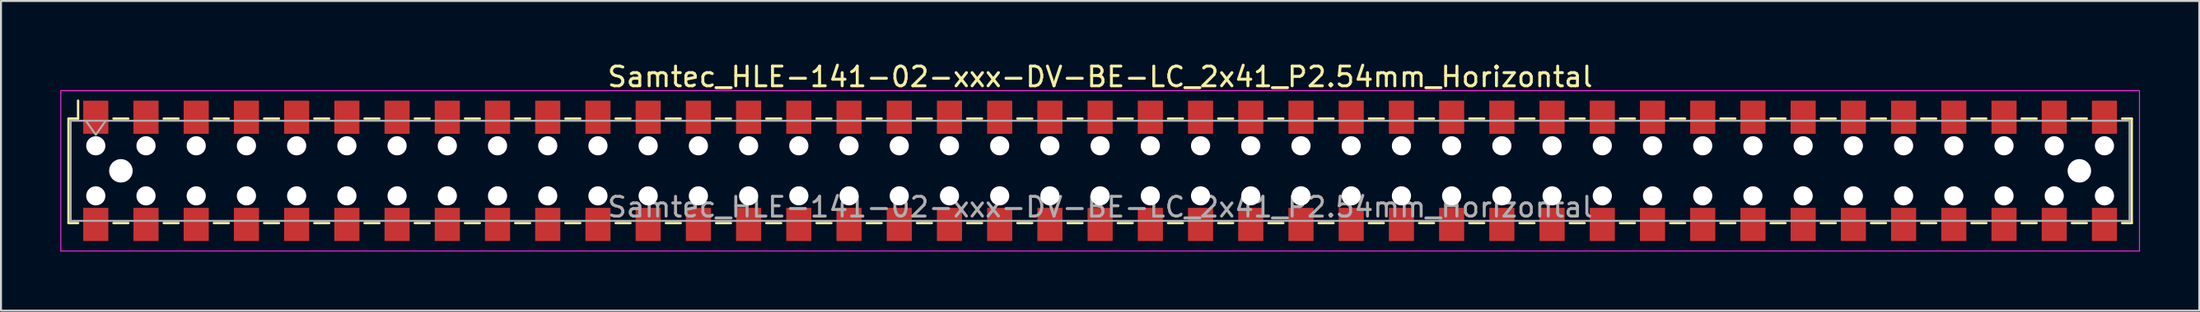
<source format=kicad_pcb>
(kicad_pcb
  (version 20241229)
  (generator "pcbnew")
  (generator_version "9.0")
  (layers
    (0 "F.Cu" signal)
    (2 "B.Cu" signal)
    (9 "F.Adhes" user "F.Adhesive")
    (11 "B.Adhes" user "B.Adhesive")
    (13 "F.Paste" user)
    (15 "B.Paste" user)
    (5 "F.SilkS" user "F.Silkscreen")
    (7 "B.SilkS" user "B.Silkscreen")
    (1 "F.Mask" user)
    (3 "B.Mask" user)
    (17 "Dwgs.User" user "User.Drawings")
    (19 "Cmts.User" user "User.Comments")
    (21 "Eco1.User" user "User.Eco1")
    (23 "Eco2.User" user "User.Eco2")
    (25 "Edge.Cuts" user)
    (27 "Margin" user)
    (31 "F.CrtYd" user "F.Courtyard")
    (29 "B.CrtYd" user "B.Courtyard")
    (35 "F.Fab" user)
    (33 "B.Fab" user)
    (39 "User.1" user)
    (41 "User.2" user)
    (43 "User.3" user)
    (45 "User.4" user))
  (footprint "Samtec_HLE-141-02-xxx-DV-BE-LC_2x41_P2.54mm_Horizontal"
    (layer "F.Cu")
    (at 52.595 5.618)
    (property "Reference" "Samtec_HLE-141-02-xxx-DV-BE-LC_2x41_P2.54mm_Horizontal" (at 0 -4.77 0) (layer "F.SilkS") (effects (font (size 1 1) (thickness 0.15))))
    (attr smd)
    (fp_line (start -52.18 -2.65) (end -52.18 2.65) (stroke (width 0.12) (type solid)) (layer "F.SilkS"))
    (fp_line (start -52.18 2.65) (end -51.695 2.65) (stroke (width 0.12) (type solid)) (layer "F.SilkS"))
    (fp_line (start -51.695 -3.56) (end -51.695 -2.65) (stroke (width 0.12) (type solid)) (layer "F.SilkS"))
    (fp_line (start -51.695 -2.65) (end -52.18 -2.65) (stroke (width 0.12) (type solid)) (layer "F.SilkS"))
    (fp_line (start -49.905 -2.65) (end -49.155 -2.65) (stroke (width 0.12) (type solid)) (layer "F.SilkS"))
    (fp_line (start -49.905 2.65) (end -49.155 2.65) (stroke (width 0.12) (type solid)) (layer "F.SilkS"))
    (fp_line (start -47.365 -2.65) (end -46.615 -2.65) (stroke (width 0.12) (type solid)) (layer "F.SilkS"))
    (fp_line (start -47.365 2.65) (end -46.615 2.65) (stroke (width 0.12) (type solid)) (layer "F.SilkS"))
    (fp_line (start -44.825 -2.65) (end -44.075 -2.65) (stroke (width 0.12) (type solid)) (layer "F.SilkS"))
    (fp_line (start -44.825 2.65) (end -44.075 2.65) (stroke (width 0.12) (type solid)) (layer "F.SilkS"))
    (fp_line (start -42.285 -2.65) (end -41.535 -2.65) (stroke (width 0.12) (type solid)) (layer "F.SilkS"))
    (fp_line (start -42.285 2.65) (end -41.535 2.65) (stroke (width 0.12) (type solid)) (layer "F.SilkS"))
    (fp_line (start -39.745 -2.65) (end -38.995 -2.65) (stroke (width 0.12) (type solid)) (layer "F.SilkS"))
    (fp_line (start -39.745 2.65) (end -38.995 2.65) (stroke (width 0.12) (type solid)) (layer "F.SilkS"))
    (fp_line (start -37.205 -2.65) (end -36.455 -2.65) (stroke (width 0.12) (type solid)) (layer "F.SilkS"))
    (fp_line (start -37.205 2.65) (end -36.455 2.65) (stroke (width 0.12) (type solid)) (layer "F.SilkS"))
    (fp_line (start -34.665 -2.65) (end -33.915 -2.65) (stroke (width 0.12) (type solid)) (layer "F.SilkS"))
    (fp_line (start -34.665 2.65) (end -33.915 2.65) (stroke (width 0.12) (type solid)) (layer "F.SilkS"))
    (fp_line (start -32.125 -2.65) (end -31.375 -2.65) (stroke (width 0.12) (type solid)) (layer "F.SilkS"))
    (fp_line (start -32.125 2.65) (end -31.375 2.65) (stroke (width 0.12) (type solid)) (layer "F.SilkS"))
    (fp_line (start -29.585 -2.65) (end -28.835 -2.65) (stroke (width 0.12) (type solid)) (layer "F.SilkS"))
    (fp_line (start -29.585 2.65) (end -28.835 2.65) (stroke (width 0.12) (type solid)) (layer "F.SilkS"))
    (fp_line (start -27.045 -2.65) (end -26.295 -2.65) (stroke (width 0.12) (type solid)) (layer "F.SilkS"))
    (fp_line (start -27.045 2.65) (end -26.295 2.65) (stroke (width 0.12) (type solid)) (layer "F.SilkS"))
    (fp_line (start -24.505 -2.65) (end -23.755 -2.65) (stroke (width 0.12) (type solid)) (layer "F.SilkS"))
    (fp_line (start -24.505 2.65) (end -23.755 2.65) (stroke (width 0.12) (type solid)) (layer "F.SilkS"))
    (fp_line (start -21.965 -2.65) (end -21.215 -2.65) (stroke (width 0.12) (type solid)) (layer "F.SilkS"))
    (fp_line (start -21.965 2.65) (end -21.215 2.65) (stroke (width 0.12) (type solid)) (layer "F.SilkS"))
    (fp_line (start -19.425 -2.65) (end -18.675 -2.65) (stroke (width 0.12) (type solid)) (layer "F.SilkS"))
    (fp_line (start -19.425 2.65) (end -18.675 2.65) (stroke (width 0.12) (type solid)) (layer "F.SilkS"))
    (fp_line (start -16.885 -2.65) (end -16.135 -2.65) (stroke (width 0.12) (type solid)) (layer "F.SilkS"))
    (fp_line (start -16.885 2.65) (end -16.135 2.65) (stroke (width 0.12) (type solid)) (layer "F.SilkS"))
    (fp_line (start -14.345 -2.65) (end -13.595 -2.65) (stroke (width 0.12) (type solid)) (layer "F.SilkS"))
    (fp_line (start -14.345 2.65) (end -13.595 2.65) (stroke (width 0.12) (type solid)) (layer "F.SilkS"))
    (fp_line (start -11.805 -2.65) (end -11.055 -2.65) (stroke (width 0.12) (type solid)) (layer "F.SilkS"))
    (fp_line (start -11.805 2.65) (end -11.055 2.65) (stroke (width 0.12) (type solid)) (layer "F.SilkS"))
    (fp_line (start -9.265 -2.65) (end -8.515 -2.65) (stroke (width 0.12) (type solid)) (layer "F.SilkS"))
    (fp_line (start -9.265 2.65) (end -8.515 2.65) (stroke (width 0.12) (type solid)) (layer "F.SilkS"))
    (fp_line (start -6.725 -2.65) (end -5.975 -2.65) (stroke (width 0.12) (type solid)) (layer "F.SilkS"))
    (fp_line (start -6.725 2.65) (end -5.975 2.65) (stroke (width 0.12) (type solid)) (layer "F.SilkS"))
    (fp_line (start -4.185 -2.65) (end -3.435 -2.65) (stroke (width 0.12) (type solid)) (layer "F.SilkS"))
    (fp_line (start -4.185 2.65) (end -3.435 2.65) (stroke (width 0.12) (type solid)) (layer "F.SilkS"))
    (fp_line (start -1.645 -2.65) (end -0.895 -2.65) (stroke (width 0.12) (type solid)) (layer "F.SilkS"))
    (fp_line (start -1.645 2.65) (end -0.895 2.65) (stroke (width 0.12) (type solid)) (layer "F.SilkS"))
    (fp_line (start 0.895 -2.65) (end 1.645 -2.65) (stroke (width 0.12) (type solid)) (layer "F.SilkS"))
    (fp_line (start 0.895 2.65) (end 1.645 2.65) (stroke (width 0.12) (type solid)) (layer "F.SilkS"))
    (fp_line (start 3.435 -2.65) (end 4.185 -2.65) (stroke (width 0.12) (type solid)) (layer "F.SilkS"))
    (fp_line (start 3.435 2.65) (end 4.185 2.65) (stroke (width 0.12) (type solid)) (layer "F.SilkS"))
    (fp_line (start 5.975 -2.65) (end 6.725 -2.65) (stroke (width 0.12) (type solid)) (layer "F.SilkS"))
    (fp_line (start 5.975 2.65) (end 6.725 2.65) (stroke (width 0.12) (type solid)) (layer "F.SilkS"))
    (fp_line (start 8.515 -2.65) (end 9.265 -2.65) (stroke (width 0.12) (type solid)) (layer "F.SilkS"))
    (fp_line (start 8.515 2.65) (end 9.265 2.65) (stroke (width 0.12) (type solid)) (layer "F.SilkS"))
    (fp_line (start 11.055 -2.65) (end 11.805 -2.65) (stroke (width 0.12) (type solid)) (layer "F.SilkS"))
    (fp_line (start 11.055 2.65) (end 11.805 2.65) (stroke (width 0.12) (type solid)) (layer "F.SilkS"))
    (fp_line (start 13.595 -2.65) (end 14.345 -2.65) (stroke (width 0.12) (type solid)) (layer "F.SilkS"))
    (fp_line (start 13.595 2.65) (end 14.345 2.65) (stroke (width 0.12) (type solid)) (layer "F.SilkS"))
    (fp_line (start 16.135 -2.65) (end 16.885 -2.65) (stroke (width 0.12) (type solid)) (layer "F.SilkS"))
    (fp_line (start 16.135 2.65) (end 16.885 2.65) (stroke (width 0.12) (type solid)) (layer "F.SilkS"))
    (fp_line (start 18.675 -2.65) (end 19.425 -2.65) (stroke (width 0.12) (type solid)) (layer "F.SilkS"))
    (fp_line (start 18.675 2.65) (end 19.425 2.65) (stroke (width 0.12) (type solid)) (layer "F.SilkS"))
    (fp_line (start 21.215 -2.65) (end 21.965 -2.65) (stroke (width 0.12) (type solid)) (layer "F.SilkS"))
    (fp_line (start 21.215 2.65) (end 21.965 2.65) (stroke (width 0.12) (type solid)) (layer "F.SilkS"))
    (fp_line (start 23.755 -2.65) (end 24.505 -2.65) (stroke (width 0.12) (type solid)) (layer "F.SilkS"))
    (fp_line (start 23.755 2.65) (end 24.505 2.65) (stroke (width 0.12) (type solid)) (layer "F.SilkS"))
    (fp_line (start 26.295 -2.65) (end 27.045 -2.65) (stroke (width 0.12) (type solid)) (layer "F.SilkS"))
    (fp_line (start 26.295 2.65) (end 27.045 2.65) (stroke (width 0.12) (type solid)) (layer "F.SilkS"))
    (fp_line (start 28.835 -2.65) (end 29.585 -2.65) (stroke (width 0.12) (type solid)) (layer "F.SilkS"))
    (fp_line (start 28.835 2.65) (end 29.585 2.65) (stroke (width 0.12) (type solid)) (layer "F.SilkS"))
    (fp_line (start 31.375 -2.65) (end 32.125 -2.65) (stroke (width 0.12) (type solid)) (layer "F.SilkS"))
    (fp_line (start 31.375 2.65) (end 32.125 2.65) (stroke (width 0.12) (type solid)) (layer "F.SilkS"))
    (fp_line (start 33.915 -2.65) (end 34.665 -2.65) (stroke (width 0.12) (type solid)) (layer "F.SilkS"))
    (fp_line (start 33.915 2.65) (end 34.665 2.65) (stroke (width 0.12) (type solid)) (layer "F.SilkS"))
    (fp_line (start 36.455 -2.65) (end 37.205 -2.65) (stroke (width 0.12) (type solid)) (layer "F.SilkS"))
    (fp_line (start 36.455 2.65) (end 37.205 2.65) (stroke (width 0.12) (type solid)) (layer "F.SilkS"))
    (fp_line (start 38.995 -2.65) (end 39.745 -2.65) (stroke (width 0.12) (type solid)) (layer "F.SilkS"))
    (fp_line (start 38.995 2.65) (end 39.745 2.65) (stroke (width 0.12) (type solid)) (layer "F.SilkS"))
    (fp_line (start 41.535 -2.65) (end 42.285 -2.65) (stroke (width 0.12) (type solid)) (layer "F.SilkS"))
    (fp_line (start 41.535 2.65) (end 42.285 2.65) (stroke (width 0.12) (type solid)) (layer "F.SilkS"))
    (fp_line (start 44.075 -2.65) (end 44.825 -2.65) (stroke (width 0.12) (type solid)) (layer "F.SilkS"))
    (fp_line (start 44.075 2.65) (end 44.825 2.65) (stroke (width 0.12) (type solid)) (layer "F.SilkS"))
    (fp_line (start 46.615 -2.65) (end 47.365 -2.65) (stroke (width 0.12) (type solid)) (layer "F.SilkS"))
    (fp_line (start 46.615 2.65) (end 47.365 2.65) (stroke (width 0.12) (type solid)) (layer "F.SilkS"))
    (fp_line (start 49.155 -2.65) (end 49.905 -2.65) (stroke (width 0.12) (type solid)) (layer "F.SilkS"))
    (fp_line (start 49.155 2.65) (end 49.905 2.65) (stroke (width 0.12) (type solid)) (layer "F.SilkS"))
    (fp_line (start 51.695 -2.65) (end 52.18 -2.65) (stroke (width 0.12) (type solid)) (layer "F.SilkS"))
    (fp_line (start 52.18 -2.65) (end 52.18 2.65) (stroke (width 0.12) (type solid)) (layer "F.SilkS"))
    (fp_line (start 52.18 2.65) (end 51.695 2.65) (stroke (width 0.12) (type solid)) (layer "F.SilkS"))
    (fp_line (start -52.57 -4.07) (end 52.57 -4.07) (stroke (width 0.05) (type solid)) (layer "F.CrtYd"))
    (fp_line (start -52.57 4.07) (end -52.57 -4.07) (stroke (width 0.05) (type solid)) (layer "F.CrtYd"))
    (fp_line (start 52.57 -4.07) (end 52.57 4.07) (stroke (width 0.05) (type solid)) (layer "F.CrtYd"))
    (fp_line (start 52.57 4.07) (end -52.57 4.07) (stroke (width 0.05) (type solid)) (layer "F.CrtYd"))
    (fp_line (start -52.07 -2.54) (end 52.07 -2.54) (stroke (width 0.1) (type solid)) (layer "F.Fab"))
    (fp_line (start -52.07 2.54) (end -52.07 -2.54) (stroke (width 0.1) (type solid)) (layer "F.Fab"))
    (fp_line (start -51.3 -2.54) (end -50.8 -1.833) (stroke (width 0.1) (type solid)) (layer "F.Fab"))
    (fp_line (start -50.8 -1.833) (end -50.3 -2.54) (stroke (width 0.1) (type solid)) (layer "F.Fab"))
    (fp_line (start 52.07 -2.54) (end 52.07 2.54) (stroke (width 0.1) (type solid)) (layer "F.Fab"))
    (fp_line (start 52.07 2.54) (end -52.07 2.54) (stroke (width 0.1) (type solid)) (layer "F.Fab"))
    (fp_text user "${REFERENCE}" (at 0 1.84 0) (layer "F.Fab") (effects (font (size 1 1) (thickness 0.15))))
    (pad "" np_thru_hole circle (at -50.8 -1.27) (size 0.97 0.97) (drill 0.97) (layers "*.Cu" "*.Mask"))
    (pad "" np_thru_hole circle (at -50.8 1.27) (size 0.97 0.97) (drill 0.97) (layers "*.Cu" "*.Mask"))
    (pad "" np_thru_hole circle (at -49.53 0) (size 1.19 1.19) (drill 1.19) (layers "*.Cu" "*.Mask"))
    (pad "" np_thru_hole circle (at -48.26 -1.27) (size 0.97 0.97) (drill 0.97) (layers "*.Cu" "*.Mask"))
    (pad "" np_thru_hole circle (at -48.26 1.27) (size 0.97 0.97) (drill 0.97) (layers "*.Cu" "*.Mask"))
    (pad "" np_thru_hole circle (at -45.72 -1.27) (size 0.97 0.97) (drill 0.97) (layers "*.Cu" "*.Mask"))
    (pad "" np_thru_hole circle (at -45.72 1.27) (size 0.97 0.97) (drill 0.97) (layers "*.Cu" "*.Mask"))
    (pad "" np_thru_hole circle (at -43.18 -1.27) (size 0.97 0.97) (drill 0.97) (layers "*.Cu" "*.Mask"))
    (pad "" np_thru_hole circle (at -43.18 1.27) (size 0.97 0.97) (drill 0.97) (layers "*.Cu" "*.Mask"))
    (pad "" np_thru_hole circle (at -40.64 -1.27) (size 0.97 0.97) (drill 0.97) (layers "*.Cu" "*.Mask"))
    (pad "" np_thru_hole circle (at -40.64 1.27) (size 0.97 0.97) (drill 0.97) (layers "*.Cu" "*.Mask"))
    (pad "" np_thru_hole circle (at -38.1 -1.27) (size 0.97 0.97) (drill 0.97) (layers "*.Cu" "*.Mask"))
    (pad "" np_thru_hole circle (at -38.1 1.27) (size 0.97 0.97) (drill 0.97) (layers "*.Cu" "*.Mask"))
    (pad "" np_thru_hole circle (at -35.56 -1.27) (size 0.97 0.97) (drill 0.97) (layers "*.Cu" "*.Mask"))
    (pad "" np_thru_hole circle (at -35.56 1.27) (size 0.97 0.97) (drill 0.97) (layers "*.Cu" "*.Mask"))
    (pad "" np_thru_hole circle (at -33.02 -1.27) (size 0.97 0.97) (drill 0.97) (layers "*.Cu" "*.Mask"))
    (pad "" np_thru_hole circle (at -33.02 1.27) (size 0.97 0.97) (drill 0.97) (layers "*.Cu" "*.Mask"))
    (pad "" np_thru_hole circle (at -30.48 -1.27) (size 0.97 0.97) (drill 0.97) (layers "*.Cu" "*.Mask"))
    (pad "" np_thru_hole circle (at -30.48 1.27) (size 0.97 0.97) (drill 0.97) (layers "*.Cu" "*.Mask"))
    (pad "" np_thru_hole circle (at -27.94 -1.27) (size 0.97 0.97) (drill 0.97) (layers "*.Cu" "*.Mask"))
    (pad "" np_thru_hole circle (at -27.94 1.27) (size 0.97 0.97) (drill 0.97) (layers "*.Cu" "*.Mask"))
    (pad "" np_thru_hole circle (at -25.4 -1.27) (size 0.97 0.97) (drill 0.97) (layers "*.Cu" "*.Mask"))
    (pad "" np_thru_hole circle (at -25.4 1.27) (size 0.97 0.97) (drill 0.97) (layers "*.Cu" "*.Mask"))
    (pad "" np_thru_hole circle (at -22.86 -1.27) (size 0.97 0.97) (drill 0.97) (layers "*.Cu" "*.Mask"))
    (pad "" np_thru_hole circle (at -22.86 1.27) (size 0.97 0.97) (drill 0.97) (layers "*.Cu" "*.Mask"))
    (pad "" np_thru_hole circle (at -20.32 -1.27) (size 0.97 0.97) (drill 0.97) (layers "*.Cu" "*.Mask"))
    (pad "" np_thru_hole circle (at -20.32 1.27) (size 0.97 0.97) (drill 0.97) (layers "*.Cu" "*.Mask"))
    (pad "" np_thru_hole circle (at -17.78 -1.27) (size 0.97 0.97) (drill 0.97) (layers "*.Cu" "*.Mask"))
    (pad "" np_thru_hole circle (at -17.78 1.27) (size 0.97 0.97) (drill 0.97) (layers "*.Cu" "*.Mask"))
    (pad "" np_thru_hole circle (at -15.24 -1.27) (size 0.97 0.97) (drill 0.97) (layers "*.Cu" "*.Mask"))
    (pad "" np_thru_hole circle (at -15.24 1.27) (size 0.97 0.97) (drill 0.97) (layers "*.Cu" "*.Mask"))
    (pad "" np_thru_hole circle (at -12.7 -1.27) (size 0.97 0.97) (drill 0.97) (layers "*.Cu" "*.Mask"))
    (pad "" np_thru_hole circle (at -12.7 1.27) (size 0.97 0.97) (drill 0.97) (layers "*.Cu" "*.Mask"))
    (pad "" np_thru_hole circle (at -10.16 -1.27) (size 0.97 0.97) (drill 0.97) (layers "*.Cu" "*.Mask"))
    (pad "" np_thru_hole circle (at -10.16 1.27) (size 0.97 0.97) (drill 0.97) (layers "*.Cu" "*.Mask"))
    (pad "" np_thru_hole circle (at -7.62 -1.27) (size 0.97 0.97) (drill 0.97) (layers "*.Cu" "*.Mask"))
    (pad "" np_thru_hole circle (at -7.62 1.27) (size 0.97 0.97) (drill 0.97) (layers "*.Cu" "*.Mask"))
    (pad "" np_thru_hole circle (at -5.08 -1.27) (size 0.97 0.97) (drill 0.97) (layers "*.Cu" "*.Mask"))
    (pad "" np_thru_hole circle (at -5.08 1.27) (size 0.97 0.97) (drill 0.97) (layers "*.Cu" "*.Mask"))
    (pad "" np_thru_hole circle (at -2.54 -1.27) (size 0.97 0.97) (drill 0.97) (layers "*.Cu" "*.Mask"))
    (pad "" np_thru_hole circle (at -2.54 1.27) (size 0.97 0.97) (drill 0.97) (layers "*.Cu" "*.Mask"))
    (pad "" np_thru_hole circle (at 0 -1.27) (size 0.97 0.97) (drill 0.97) (layers "*.Cu" "*.Mask"))
    (pad "" np_thru_hole circle (at 0 1.27) (size 0.97 0.97) (drill 0.97) (layers "*.Cu" "*.Mask"))
    (pad "" np_thru_hole circle (at 2.54 -1.27) (size 0.97 0.97) (drill 0.97) (layers "*.Cu" "*.Mask"))
    (pad "" np_thru_hole circle (at 2.54 1.27) (size 0.97 0.97) (drill 0.97) (layers "*.Cu" "*.Mask"))
    (pad "" np_thru_hole circle (at 5.08 -1.27) (size 0.97 0.97) (drill 0.97) (layers "*.Cu" "*.Mask"))
    (pad "" np_thru_hole circle (at 5.08 1.27) (size 0.97 0.97) (drill 0.97) (layers "*.Cu" "*.Mask"))
    (pad "" np_thru_hole circle (at 7.62 -1.27) (size 0.97 0.97) (drill 0.97) (layers "*.Cu" "*.Mask"))
    (pad "" np_thru_hole circle (at 7.62 1.27) (size 0.97 0.97) (drill 0.97) (layers "*.Cu" "*.Mask"))
    (pad "" np_thru_hole circle (at 10.16 -1.27) (size 0.97 0.97) (drill 0.97) (layers "*.Cu" "*.Mask"))
    (pad "" np_thru_hole circle (at 10.16 1.27) (size 0.97 0.97) (drill 0.97) (layers "*.Cu" "*.Mask"))
    (pad "" np_thru_hole circle (at 12.7 -1.27) (size 0.97 0.97) (drill 0.97) (layers "*.Cu" "*.Mask"))
    (pad "" np_thru_hole circle (at 12.7 1.27) (size 0.97 0.97) (drill 0.97) (layers "*.Cu" "*.Mask"))
    (pad "" np_thru_hole circle (at 15.24 -1.27) (size 0.97 0.97) (drill 0.97) (layers "*.Cu" "*.Mask"))
    (pad "" np_thru_hole circle (at 15.24 1.27) (size 0.97 0.97) (drill 0.97) (layers "*.Cu" "*.Mask"))
    (pad "" np_thru_hole circle (at 17.78 -1.27) (size 0.97 0.97) (drill 0.97) (layers "*.Cu" "*.Mask"))
    (pad "" np_thru_hole circle (at 17.78 1.27) (size 0.97 0.97) (drill 0.97) (layers "*.Cu" "*.Mask"))
    (pad "" np_thru_hole circle (at 20.32 -1.27) (size 0.97 0.97) (drill 0.97) (layers "*.Cu" "*.Mask"))
    (pad "" np_thru_hole circle (at 20.32 1.27) (size 0.97 0.97) (drill 0.97) (layers "*.Cu" "*.Mask"))
    (pad "" np_thru_hole circle (at 22.86 -1.27) (size 0.97 0.97) (drill 0.97) (layers "*.Cu" "*.Mask"))
    (pad "" np_thru_hole circle (at 22.86 1.27) (size 0.97 0.97) (drill 0.97) (layers "*.Cu" "*.Mask"))
    (pad "" np_thru_hole circle (at 25.4 -1.27) (size 0.97 0.97) (drill 0.97) (layers "*.Cu" "*.Mask"))
    (pad "" np_thru_hole circle (at 25.4 1.27) (size 0.97 0.97) (drill 0.97) (layers "*.Cu" "*.Mask"))
    (pad "" np_thru_hole circle (at 27.94 -1.27) (size 0.97 0.97) (drill 0.97) (layers "*.Cu" "*.Mask"))
    (pad "" np_thru_hole circle (at 27.94 1.27) (size 0.97 0.97) (drill 0.97) (layers "*.Cu" "*.Mask"))
    (pad "" np_thru_hole circle (at 30.48 -1.27) (size 0.97 0.97) (drill 0.97) (layers "*.Cu" "*.Mask"))
    (pad "" np_thru_hole circle (at 30.48 1.27) (size 0.97 0.97) (drill 0.97) (layers "*.Cu" "*.Mask"))
    (pad "" np_thru_hole circle (at 33.02 -1.27) (size 0.97 0.97) (drill 0.97) (layers "*.Cu" "*.Mask"))
    (pad "" np_thru_hole circle (at 33.02 1.27) (size 0.97 0.97) (drill 0.97) (layers "*.Cu" "*.Mask"))
    (pad "" np_thru_hole circle (at 35.56 -1.27) (size 0.97 0.97) (drill 0.97) (layers "*.Cu" "*.Mask"))
    (pad "" np_thru_hole circle (at 35.56 1.27) (size 0.97 0.97) (drill 0.97) (layers "*.Cu" "*.Mask"))
    (pad "" np_thru_hole circle (at 38.1 -1.27) (size 0.97 0.97) (drill 0.97) (layers "*.Cu" "*.Mask"))
    (pad "" np_thru_hole circle (at 38.1 1.27) (size 0.97 0.97) (drill 0.97) (layers "*.Cu" "*.Mask"))
    (pad "" np_thru_hole circle (at 40.64 -1.27) (size 0.97 0.97) (drill 0.97) (layers "*.Cu" "*.Mask"))
    (pad "" np_thru_hole circle (at 40.64 1.27) (size 0.97 0.97) (drill 0.97) (layers "*.Cu" "*.Mask"))
    (pad "" np_thru_hole circle (at 43.18 -1.27) (size 0.97 0.97) (drill 0.97) (layers "*.Cu" "*.Mask"))
    (pad "" np_thru_hole circle (at 43.18 1.27) (size 0.97 0.97) (drill 0.97) (layers "*.Cu" "*.Mask"))
    (pad "" np_thru_hole circle (at 45.72 -1.27) (size 0.97 0.97) (drill 0.97) (layers "*.Cu" "*.Mask"))
    (pad "" np_thru_hole circle (at 45.72 1.27) (size 0.97 0.97) (drill 0.97) (layers "*.Cu" "*.Mask"))
    (pad "" np_thru_hole circle (at 48.26 -1.27) (size 0.97 0.97) (drill 0.97) (layers "*.Cu" "*.Mask"))
    (pad "" np_thru_hole circle (at 48.26 1.27) (size 0.97 0.97) (drill 0.97) (layers "*.Cu" "*.Mask"))
    (pad "" np_thru_hole circle (at 49.53 0) (size 1.19 1.19) (drill 1.19) (layers "*.Cu" "*.Mask"))
    (pad "" np_thru_hole circle (at 50.8 -1.27) (size 0.97 0.97) (drill 0.97) (layers "*.Cu" "*.Mask"))
    (pad "" np_thru_hole circle (at 50.8 1.27) (size 0.97 0.97) (drill 0.97) (layers "*.Cu" "*.Mask"))
    (pad "1" smd rect (at -50.8 -2.72) (size 1.27 1.68) (layers "F.Cu" "F.Mask" "F.Paste"))
    (pad "2" smd rect (at -50.8 2.72) (size 1.27 1.68) (layers "F.Cu" "F.Mask" "F.Paste"))
    (pad "3" smd rect (at -48.26 -2.72) (size 1.27 1.68) (layers "F.Cu" "F.Mask" "F.Paste"))
    (pad "4" smd rect (at -48.26 2.72) (size 1.27 1.68) (layers "F.Cu" "F.Mask" "F.Paste"))
    (pad "5" smd rect (at -45.72 -2.72) (size 1.27 1.68) (layers "F.Cu" "F.Mask" "F.Paste"))
    (pad "6" smd rect (at -45.72 2.72) (size 1.27 1.68) (layers "F.Cu" "F.Mask" "F.Paste"))
    (pad "7" smd rect (at -43.18 -2.72) (size 1.27 1.68) (layers "F.Cu" "F.Mask" "F.Paste"))
    (pad "8" smd rect (at -43.18 2.72) (size 1.27 1.68) (layers "F.Cu" "F.Mask" "F.Paste"))
    (pad "9" smd rect (at -40.64 -2.72) (size 1.27 1.68) (layers "F.Cu" "F.Mask" "F.Paste"))
    (pad "10" smd rect (at -40.64 2.72) (size 1.27 1.68) (layers "F.Cu" "F.Mask" "F.Paste"))
    (pad "11" smd rect (at -38.1 -2.72) (size 1.27 1.68) (layers "F.Cu" "F.Mask" "F.Paste"))
    (pad "12" smd rect (at -38.1 2.72) (size 1.27 1.68) (layers "F.Cu" "F.Mask" "F.Paste"))
    (pad "13" smd rect (at -35.56 -2.72) (size 1.27 1.68) (layers "F.Cu" "F.Mask" "F.Paste"))
    (pad "14" smd rect (at -35.56 2.72) (size 1.27 1.68) (layers "F.Cu" "F.Mask" "F.Paste"))
    (pad "15" smd rect (at -33.02 -2.72) (size 1.27 1.68) (layers "F.Cu" "F.Mask" "F.Paste"))
    (pad "16" smd rect (at -33.02 2.72) (size 1.27 1.68) (layers "F.Cu" "F.Mask" "F.Paste"))
    (pad "17" smd rect (at -30.48 -2.72) (size 1.27 1.68) (layers "F.Cu" "F.Mask" "F.Paste"))
    (pad "18" smd rect (at -30.48 2.72) (size 1.27 1.68) (layers "F.Cu" "F.Mask" "F.Paste"))
    (pad "19" smd rect (at -27.94 -2.72) (size 1.27 1.68) (layers "F.Cu" "F.Mask" "F.Paste"))
    (pad "20" smd rect (at -27.94 2.72) (size 1.27 1.68) (layers "F.Cu" "F.Mask" "F.Paste"))
    (pad "21" smd rect (at -25.4 -2.72) (size 1.27 1.68) (layers "F.Cu" "F.Mask" "F.Paste"))
    (pad "22" smd rect (at -25.4 2.72) (size 1.27 1.68) (layers "F.Cu" "F.Mask" "F.Paste"))
    (pad "23" smd rect (at -22.86 -2.72) (size 1.27 1.68) (layers "F.Cu" "F.Mask" "F.Paste"))
    (pad "24" smd rect (at -22.86 2.72) (size 1.27 1.68) (layers "F.Cu" "F.Mask" "F.Paste"))
    (pad "25" smd rect (at -20.32 -2.72) (size 1.27 1.68) (layers "F.Cu" "F.Mask" "F.Paste"))
    (pad "26" smd rect (at -20.32 2.72) (size 1.27 1.68) (layers "F.Cu" "F.Mask" "F.Paste"))
    (pad "27" smd rect (at -17.78 -2.72) (size 1.27 1.68) (layers "F.Cu" "F.Mask" "F.Paste"))
    (pad "28" smd rect (at -17.78 2.72) (size 1.27 1.68) (layers "F.Cu" "F.Mask" "F.Paste"))
    (pad "29" smd rect (at -15.24 -2.72) (size 1.27 1.68) (layers "F.Cu" "F.Mask" "F.Paste"))
    (pad "30" smd rect (at -15.24 2.72) (size 1.27 1.68) (layers "F.Cu" "F.Mask" "F.Paste"))
    (pad "31" smd rect (at -12.7 -2.72) (size 1.27 1.68) (layers "F.Cu" "F.Mask" "F.Paste"))
    (pad "32" smd rect (at -12.7 2.72) (size 1.27 1.68) (layers "F.Cu" "F.Mask" "F.Paste"))
    (pad "33" smd rect (at -10.16 -2.72) (size 1.27 1.68) (layers "F.Cu" "F.Mask" "F.Paste"))
    (pad "34" smd rect (at -10.16 2.72) (size 1.27 1.68) (layers "F.Cu" "F.Mask" "F.Paste"))
    (pad "35" smd rect (at -7.62 -2.72) (size 1.27 1.68) (layers "F.Cu" "F.Mask" "F.Paste"))
    (pad "36" smd rect (at -7.62 2.72) (size 1.27 1.68) (layers "F.Cu" "F.Mask" "F.Paste"))
    (pad "37" smd rect (at -5.08 -2.72) (size 1.27 1.68) (layers "F.Cu" "F.Mask" "F.Paste"))
    (pad "38" smd rect (at -5.08 2.72) (size 1.27 1.68) (layers "F.Cu" "F.Mask" "F.Paste"))
    (pad "39" smd rect (at -2.54 -2.72) (size 1.27 1.68) (layers "F.Cu" "F.Mask" "F.Paste"))
    (pad "40" smd rect (at -2.54 2.72) (size 1.27 1.68) (layers "F.Cu" "F.Mask" "F.Paste"))
    (pad "41" smd rect (at 0 -2.72) (size 1.27 1.68) (layers "F.Cu" "F.Mask" "F.Paste"))
    (pad "42" smd rect (at 0 2.72) (size 1.27 1.68) (layers "F.Cu" "F.Mask" "F.Paste"))
    (pad "43" smd rect (at 2.54 -2.72) (size 1.27 1.68) (layers "F.Cu" "F.Mask" "F.Paste"))
    (pad "44" smd rect (at 2.54 2.72) (size 1.27 1.68) (layers "F.Cu" "F.Mask" "F.Paste"))
    (pad "45" smd rect (at 5.08 -2.72) (size 1.27 1.68) (layers "F.Cu" "F.Mask" "F.Paste"))
    (pad "46" smd rect (at 5.08 2.72) (size 1.27 1.68) (layers "F.Cu" "F.Mask" "F.Paste"))
    (pad "47" smd rect (at 7.62 -2.72) (size 1.27 1.68) (layers "F.Cu" "F.Mask" "F.Paste"))
    (pad "48" smd rect (at 7.62 2.72) (size 1.27 1.68) (layers "F.Cu" "F.Mask" "F.Paste"))
    (pad "49" smd rect (at 10.16 -2.72) (size 1.27 1.68) (layers "F.Cu" "F.Mask" "F.Paste"))
    (pad "50" smd rect (at 10.16 2.72) (size 1.27 1.68) (layers "F.Cu" "F.Mask" "F.Paste"))
    (pad "51" smd rect (at 12.7 -2.72) (size 1.27 1.68) (layers "F.Cu" "F.Mask" "F.Paste"))
    (pad "52" smd rect (at 12.7 2.72) (size 1.27 1.68) (layers "F.Cu" "F.Mask" "F.Paste"))
    (pad "53" smd rect (at 15.24 -2.72) (size 1.27 1.68) (layers "F.Cu" "F.Mask" "F.Paste"))
    (pad "54" smd rect (at 15.24 2.72) (size 1.27 1.68) (layers "F.Cu" "F.Mask" "F.Paste"))
    (pad "55" smd rect (at 17.78 -2.72) (size 1.27 1.68) (layers "F.Cu" "F.Mask" "F.Paste"))
    (pad "56" smd rect (at 17.78 2.72) (size 1.27 1.68) (layers "F.Cu" "F.Mask" "F.Paste"))
    (pad "57" smd rect (at 20.32 -2.72) (size 1.27 1.68) (layers "F.Cu" "F.Mask" "F.Paste"))
    (pad "58" smd rect (at 20.32 2.72) (size 1.27 1.68) (layers "F.Cu" "F.Mask" "F.Paste"))
    (pad "59" smd rect (at 22.86 -2.72) (size 1.27 1.68) (layers "F.Cu" "F.Mask" "F.Paste"))
    (pad "60" smd rect (at 22.86 2.72) (size 1.27 1.68) (layers "F.Cu" "F.Mask" "F.Paste"))
    (pad "61" smd rect (at 25.4 -2.72) (size 1.27 1.68) (layers "F.Cu" "F.Mask" "F.Paste"))
    (pad "62" smd rect (at 25.4 2.72) (size 1.27 1.68) (layers "F.Cu" "F.Mask" "F.Paste"))
    (pad "63" smd rect (at 27.94 -2.72) (size 1.27 1.68) (layers "F.Cu" "F.Mask" "F.Paste"))
    (pad "64" smd rect (at 27.94 2.72) (size 1.27 1.68) (layers "F.Cu" "F.Mask" "F.Paste"))
    (pad "65" smd rect (at 30.48 -2.72) (size 1.27 1.68) (layers "F.Cu" "F.Mask" "F.Paste"))
    (pad "66" smd rect (at 30.48 2.72) (size 1.27 1.68) (layers "F.Cu" "F.Mask" "F.Paste"))
    (pad "67" smd rect (at 33.02 -2.72) (size 1.27 1.68) (layers "F.Cu" "F.Mask" "F.Paste"))
    (pad "68" smd rect (at 33.02 2.72) (size 1.27 1.68) (layers "F.Cu" "F.Mask" "F.Paste"))
    (pad "69" smd rect (at 35.56 -2.72) (size 1.27 1.68) (layers "F.Cu" "F.Mask" "F.Paste"))
    (pad "70" smd rect (at 35.56 2.72) (size 1.27 1.68) (layers "F.Cu" "F.Mask" "F.Paste"))
    (pad "71" smd rect (at 38.1 -2.72) (size 1.27 1.68) (layers "F.Cu" "F.Mask" "F.Paste"))
    (pad "72" smd rect (at 38.1 2.72) (size 1.27 1.68) (layers "F.Cu" "F.Mask" "F.Paste"))
    (pad "73" smd rect (at 40.64 -2.72) (size 1.27 1.68) (layers "F.Cu" "F.Mask" "F.Paste"))
    (pad "74" smd rect (at 40.64 2.72) (size 1.27 1.68) (layers "F.Cu" "F.Mask" "F.Paste"))
    (pad "75" smd rect (at 43.18 -2.72) (size 1.27 1.68) (layers "F.Cu" "F.Mask" "F.Paste"))
    (pad "76" smd rect (at 43.18 2.72) (size 1.27 1.68) (layers "F.Cu" "F.Mask" "F.Paste"))
    (pad "77" smd rect (at 45.72 -2.72) (size 1.27 1.68) (layers "F.Cu" "F.Mask" "F.Paste"))
    (pad "78" smd rect (at 45.72 2.72) (size 1.27 1.68) (layers "F.Cu" "F.Mask" "F.Paste"))
    (pad "79" smd rect (at 48.26 -2.72) (size 1.27 1.68) (layers "F.Cu" "F.Mask" "F.Paste"))
    (pad "80" smd rect (at 48.26 2.72) (size 1.27 1.68) (layers "F.Cu" "F.Mask" "F.Paste"))
    (pad "81" smd rect (at 50.8 -2.72) (size 1.27 1.68) (layers "F.Cu" "F.Mask" "F.Paste"))
    (pad "82" smd rect (at 50.8 2.72) (size 1.27 1.68) (layers "F.Cu" "F.Mask" "F.Paste")))
  (gr_rect
    (start -3 -3)
    (end 108.19 12.713)
    (stroke (width 0.1) (type default))
    (fill no)
    (layer "Edge.Cuts")))
</source>
